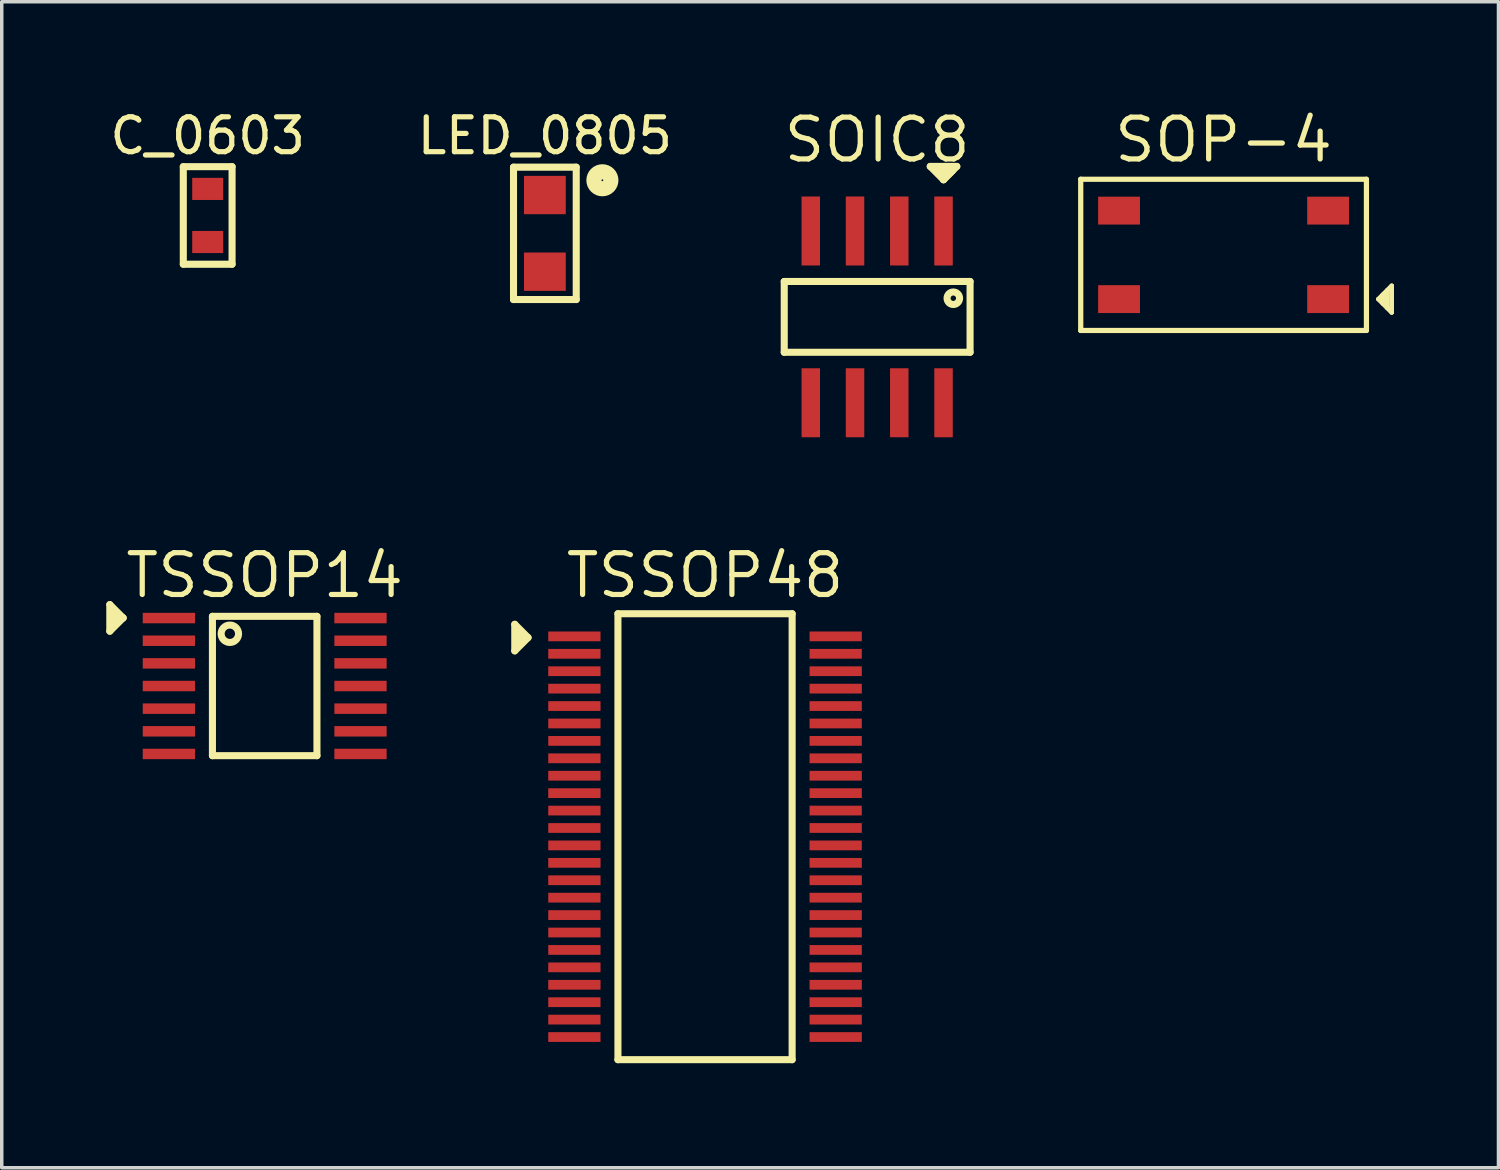
<source format=kicad_pcb>
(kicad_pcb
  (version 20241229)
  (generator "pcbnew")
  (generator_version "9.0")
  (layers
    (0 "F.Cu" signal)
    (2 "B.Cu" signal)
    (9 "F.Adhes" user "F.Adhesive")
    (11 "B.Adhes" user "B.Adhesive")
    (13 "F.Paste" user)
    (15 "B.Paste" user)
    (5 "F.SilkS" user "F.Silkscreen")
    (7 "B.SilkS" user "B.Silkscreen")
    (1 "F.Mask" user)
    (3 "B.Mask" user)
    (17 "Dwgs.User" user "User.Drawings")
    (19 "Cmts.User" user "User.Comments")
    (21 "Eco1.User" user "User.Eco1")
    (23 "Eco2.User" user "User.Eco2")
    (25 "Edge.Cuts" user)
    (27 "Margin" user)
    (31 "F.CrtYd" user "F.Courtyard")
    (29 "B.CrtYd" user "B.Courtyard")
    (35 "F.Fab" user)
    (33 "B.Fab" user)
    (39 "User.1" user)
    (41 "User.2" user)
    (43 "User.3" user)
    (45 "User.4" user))
  (footprint "SOP-4"
    (layer "F.Cu")
    (at 32.069 4.265)
    (property "Reference" "SOP-4" (at 0 -3.3 180) (layer "F.SilkS") (effects (font (size 1.2 1.2) (thickness 0.15))))
    (attr through_hole)
    (fp_line (start -4.1 -2.17) (end 4.1 -2.17) (stroke (width 0.15) (type solid)) (layer "F.SilkS"))
    (fp_line (start -4.1 2.17) (end -4.1 -2.17) (stroke (width 0.15) (type solid)) (layer "F.SilkS"))
    (fp_line (start 4.1 -2.17) (end 4.1 2.17) (stroke (width 0.15) (type solid)) (layer "F.SilkS"))
    (fp_line (start 4.1 2.17) (end -4.1 2.17) (stroke (width 0.15) (type solid)) (layer "F.SilkS"))
    (fp_line (start 4.445 1.27) (end 4.826 0.889) (stroke (width 0.127) (type solid)) (layer "F.SilkS"))
    (fp_line (start 4.445 1.27) (end 4.826 0.889) (stroke (width 0.127) (type solid)) (layer "F.SilkS"))
    (fp_line (start 4.572 1.143) (end 4.572 1.397) (stroke (width 0.127) (type solid)) (layer "F.SilkS"))
    (fp_line (start 4.572 1.143) (end 4.572 1.397) (stroke (width 0.127) (type solid)) (layer "F.SilkS"))
    (fp_line (start 4.699 1.016) (end 4.699 1.524) (stroke (width 0.127) (type solid)) (layer "F.SilkS"))
    (fp_line (start 4.699 1.016) (end 4.699 1.524) (stroke (width 0.127) (type solid)) (layer "F.SilkS"))
    (fp_line (start 4.826 0.889) (end 4.826 1.651) (stroke (width 0.127) (type solid)) (layer "F.SilkS"))
    (fp_line (start 4.826 0.889) (end 4.826 1.651) (stroke (width 0.127) (type solid)) (layer "F.SilkS"))
    (fp_line (start 4.826 1.651) (end 4.445 1.27) (stroke (width 0.127) (type solid)) (layer "F.SilkS"))
    (fp_line (start 4.826 1.651) (end 4.445 1.27) (stroke (width 0.127) (type solid)) (layer "F.SilkS"))
    (pad "1" smd rect (at 3 1.27 90) (size 0.8 1.2) (layers "F.Cu" "F.Mask" "F.Paste"))
    (pad "2" smd rect (at 3 -1.27 90) (size 0.8 1.2) (layers "F.Cu" "F.Mask" "F.Paste"))
    (pad "3" smd rect (at -3 -1.27 90) (size 0.8 1.2) (layers "F.Cu" "F.Mask" "F.Paste"))
    (pad "4" smd rect (at -3 1.27 90) (size 0.8 1.2) (layers "F.Cu" "F.Mask" "F.Paste")))
  (footprint "SOIC8"
    (layer "F.Cu")
    (at 22.126 6.045)
    (property "Reference" "SOIC8" (at 0 -5.08 0) (layer "F.SilkS") (effects (font (size 1.2 1.2) (thickness 0.15))))
    (attr through_hole)
    (fp_line (start -2.667 -1.016) (end -2.667 1.016) (stroke (width 0.203) (type solid)) (layer "F.SilkS"))
    (fp_line (start -2.667 1.016) (end 2.667 1.016) (stroke (width 0.203) (type solid)) (layer "F.SilkS"))
    (fp_line (start 1.524 -4.318) (end 1.905 -3.937) (stroke (width 0.203) (type solid)) (layer "F.SilkS"))
    (fp_line (start 1.905 -3.937) (end 2.032 -4.191) (stroke (width 0.203) (type solid)) (layer "F.SilkS"))
    (fp_line (start 1.905 -3.937) (end 2.159 -4.191) (stroke (width 0.203) (type solid)) (layer "F.SilkS"))
    (fp_line (start 1.905 -3.937) (end 2.286 -4.318) (stroke (width 0.203) (type solid)) (layer "F.SilkS"))
    (fp_line (start 2.032 -4.191) (end 1.778 -4.191) (stroke (width 0.203) (type solid)) (layer "F.SilkS"))
    (fp_line (start 2.286 -4.318) (end 1.524 -4.318) (stroke (width 0.203) (type solid)) (layer "F.SilkS"))
    (fp_line (start 2.667 -1.016) (end -2.667 -1.016) (stroke (width 0.203) (type solid)) (layer "F.SilkS"))
    (fp_line (start 2.667 1.016) (end 2.667 -1.016) (stroke (width 0.203) (type solid)) (layer "F.SilkS"))
    (fp_circle (center 2.186 -0.535) (end 2.059 -0.408) (stroke (width 0.203) (type solid)) (fill no) (layer "F.SilkS"))
    (pad "1" smd rect (at 1.905 -2.465 180) (size 0.53 1.98) (layers "F.Cu" "F.Mask" "F.Paste"))
    (pad "2" smd rect (at 0.635 -2.465 180) (size 0.53 1.98) (layers "F.Cu" "F.Mask" "F.Paste"))
    (pad "3" smd rect (at -0.635 -2.465 180) (size 0.53 1.98) (layers "F.Cu" "F.Mask" "F.Paste"))
    (pad "4" smd rect (at -1.905 -2.465 180) (size 0.53 1.98) (layers "F.Cu" "F.Mask" "F.Paste"))
    (pad "5" smd rect (at -1.905 2.465 180) (size 0.53 1.98) (layers "F.Cu" "F.Mask" "F.Paste"))
    (pad "6" smd rect (at -0.635 2.465 180) (size 0.53 1.98) (layers "F.Cu" "F.Mask" "F.Paste"))
    (pad "7" smd rect (at 0.635 2.465 180) (size 0.53 1.98) (layers "F.Cu" "F.Mask" "F.Paste"))
    (pad "8" smd rect (at 1.905 2.465 180) (size 0.53 1.98) (layers "F.Cu" "F.Mask" "F.Paste")))
  (footprint "LED_0805"
    (layer "F.Cu")
    (at 12.589 3.648)
    (property "Reference" "LED_0805" (at 0 -2.8 0) (layer "F.SilkS") (effects (font (size 1 1) (thickness 0.15))))
    (attr smd)
    (fp_line (start -0.9 -1.9) (end 0.9 -1.9) (stroke (width 0.203) (type solid)) (layer "F.SilkS"))
    (fp_line (start -0.9 1.9) (end -0.9 -1.9) (stroke (width 0.203) (type solid)) (layer "F.SilkS"))
    (fp_line (start 0.9 -1.9) (end 0.9 1.9) (stroke (width 0.203) (type solid)) (layer "F.SilkS"))
    (fp_line (start 0.9 1.9) (end -0.9 1.9) (stroke (width 0.203) (type solid)) (layer "F.SilkS"))
    (fp_circle (center 1.651 -1.524) (end 1.778 -1.524) (stroke (width 0.203) (type solid)) (fill no) (layer "F.SilkS"))
    (fp_circle (center 1.651 -1.524) (end 1.905 -1.778) (stroke (width 0.203) (type solid)) (fill no) (layer "F.SilkS"))
    (fp_circle (center 1.651 -1.524) (end 1.905 -1.651) (stroke (width 0.203) (type solid)) (fill no) (layer "F.SilkS"))
    (pad "1" smd rect (at 0 -1.1 270) (size 1.1 1.2) (layers "F.Cu" "F.Mask" "F.Paste"))
    (pad "2" smd rect (at 0 1.1 270) (size 1.1 1.2) (layers "F.Cu" "F.Mask" "F.Paste")))
  (footprint "TSSOP48"
    (layer "F.Cu")
    (at 17.186 20.965)
    (property "Reference" "TSSOP48" (at 0 -7.5 180) (layer "F.SilkS") (effects (font (size 1.2 1.2) (thickness 0.15))))
    (attr through_hole)
    (fp_line (start -5.461 -6.096) (end -5.461 -5.334) (stroke (width 0.203) (type solid)) (layer "F.SilkS"))
    (fp_line (start -5.461 -5.334) (end -5.08 -5.715) (stroke (width 0.203) (type solid)) (layer "F.SilkS"))
    (fp_line (start -5.334 -5.842) (end -5.334 -5.588) (stroke (width 0.203) (type solid)) (layer "F.SilkS"))
    (fp_line (start -5.207 -5.715) (end -5.334 -5.842) (stroke (width 0.203) (type solid)) (layer "F.SilkS"))
    (fp_line (start -5.08 -5.715) (end -5.461 -6.096) (stroke (width 0.203) (type solid)) (layer "F.SilkS"))
    (fp_line (start -2.5 -6.4) (end -2.5 6.4) (stroke (width 0.203) (type solid)) (layer "F.SilkS"))
    (fp_line (start -2.5 -6.4) (end 2.5 -6.4) (stroke (width 0.203) (type solid)) (layer "F.SilkS"))
    (fp_line (start 2.5 6.4) (end -2.5 6.4) (stroke (width 0.203) (type solid)) (layer "F.SilkS"))
    (fp_line (start 2.5 6.4) (end 2.5 -6.4) (stroke (width 0.203) (type solid)) (layer "F.SilkS"))
    (pad "1" smd rect (at -3.75 -5.75 270) (size 0.28 1.5) (layers "F.Cu" "F.Mask" "F.Paste"))
    (pad "2" smd rect (at -3.75 -5.25 270) (size 0.28 1.5) (layers "F.Cu" "F.Mask" "F.Paste"))
    (pad "3" smd rect (at -3.75 -4.75 270) (size 0.28 1.5) (layers "F.Cu" "F.Mask" "F.Paste"))
    (pad "4" smd rect (at -3.75 -4.25 270) (size 0.28 1.5) (layers "F.Cu" "F.Mask" "F.Paste"))
    (pad "5" smd rect (at -3.75 -3.75 270) (size 0.28 1.5) (layers "F.Cu" "F.Mask" "F.Paste"))
    (pad "6" smd rect (at -3.75 -3.25 270) (size 0.28 1.5) (layers "F.Cu" "F.Mask" "F.Paste"))
    (pad "7" smd rect (at -3.75 -2.75 270) (size 0.28 1.5) (layers "F.Cu" "F.Mask" "F.Paste"))
    (pad "8" smd rect (at -3.75 -2.25 270) (size 0.28 1.5) (layers "F.Cu" "F.Mask" "F.Paste"))
    (pad "9" smd rect (at -3.75 -1.75 270) (size 0.28 1.5) (layers "F.Cu" "F.Mask" "F.Paste"))
    (pad "10" smd rect (at -3.75 -1.25 270) (size 0.28 1.5) (layers "F.Cu" "F.Mask" "F.Paste"))
    (pad "11" smd rect (at -3.75 -0.75 270) (size 0.28 1.5) (layers "F.Cu" "F.Mask" "F.Paste"))
    (pad "12" smd rect (at -3.75 -0.25 270) (size 0.28 1.5) (layers "F.Cu" "F.Mask" "F.Paste"))
    (pad "13" smd rect (at -3.75 0.25 270) (size 0.28 1.5) (layers "F.Cu" "F.Mask" "F.Paste"))
    (pad "14" smd rect (at -3.75 0.75 270) (size 0.28 1.5) (layers "F.Cu" "F.Mask" "F.Paste"))
    (pad "15" smd rect (at -3.75 1.25 270) (size 0.28 1.5) (layers "F.Cu" "F.Mask" "F.Paste"))
    (pad "16" smd rect (at -3.75 1.75 270) (size 0.28 1.5) (layers "F.Cu" "F.Mask" "F.Paste"))
    (pad "17" smd rect (at -3.75 2.25 270) (size 0.28 1.5) (layers "F.Cu" "F.Mask" "F.Paste"))
    (pad "18" smd rect (at -3.75 2.75 270) (size 0.28 1.5) (layers "F.Cu" "F.Mask" "F.Paste"))
    (pad "19" smd rect (at -3.75 3.25 270) (size 0.28 1.5) (layers "F.Cu" "F.Mask" "F.Paste"))
    (pad "20" smd rect (at -3.75 3.75 270) (size 0.28 1.5) (layers "F.Cu" "F.Mask" "F.Paste"))
    (pad "21" smd rect (at -3.75 4.25 270) (size 0.28 1.5) (layers "F.Cu" "F.Mask" "F.Paste"))
    (pad "22" smd rect (at -3.75 4.75 270) (size 0.28 1.5) (layers "F.Cu" "F.Mask" "F.Paste"))
    (pad "23" smd rect (at -3.75 5.25 270) (size 0.28 1.5) (layers "F.Cu" "F.Mask" "F.Paste"))
    (pad "24" smd rect (at -3.75 5.75 270) (size 0.28 1.5) (layers "F.Cu" "F.Mask" "F.Paste"))
    (pad "25" smd rect (at 3.75 5.75 270) (size 0.28 1.5) (layers "F.Cu" "F.Mask" "F.Paste"))
    (pad "26" smd rect (at 3.75 5.25 270) (size 0.28 1.5) (layers "F.Cu" "F.Mask" "F.Paste"))
    (pad "27" smd rect (at 3.75 4.75 270) (size 0.28 1.5) (layers "F.Cu" "F.Mask" "F.Paste"))
    (pad "28" smd rect (at 3.75 4.25 270) (size 0.28 1.5) (layers "F.Cu" "F.Mask" "F.Paste"))
    (pad "29" smd rect (at 3.75 3.75 270) (size 0.28 1.5) (layers "F.Cu" "F.Mask" "F.Paste"))
    (pad "30" smd rect (at 3.75 3.25 270) (size 0.28 1.5) (layers "F.Cu" "F.Mask" "F.Paste"))
    (pad "31" smd rect (at 3.75 2.75 270) (size 0.28 1.5) (layers "F.Cu" "F.Mask" "F.Paste"))
    (pad "32" smd rect (at 3.75 2.25 270) (size 0.28 1.5) (layers "F.Cu" "F.Mask" "F.Paste"))
    (pad "33" smd rect (at 3.75 1.75 270) (size 0.28 1.5) (layers "F.Cu" "F.Mask" "F.Paste"))
    (pad "34" smd rect (at 3.75 1.25 270) (size 0.28 1.5) (layers "F.Cu" "F.Mask" "F.Paste"))
    (pad "35" smd rect (at 3.75 0.75 270) (size 0.28 1.5) (layers "F.Cu" "F.Mask" "F.Paste"))
    (pad "36" smd rect (at 3.75 0.25 270) (size 0.28 1.5) (layers "F.Cu" "F.Mask" "F.Paste"))
    (pad "37" smd rect (at 3.75 -0.25 270) (size 0.28 1.5) (layers "F.Cu" "F.Mask" "F.Paste"))
    (pad "38" smd rect (at 3.75 -0.75 270) (size 0.28 1.5) (layers "F.Cu" "F.Mask" "F.Paste"))
    (pad "39" smd rect (at 3.75 -1.25 270) (size 0.28 1.5) (layers "F.Cu" "F.Mask" "F.Paste"))
    (pad "40" smd rect (at 3.75 -1.75 270) (size 0.28 1.5) (layers "F.Cu" "F.Mask" "F.Paste"))
    (pad "41" smd rect (at 3.75 -2.25 270) (size 0.28 1.5) (layers "F.Cu" "F.Mask" "F.Paste"))
    (pad "42" smd rect (at 3.75 -2.75 270) (size 0.28 1.5) (layers "F.Cu" "F.Mask" "F.Paste"))
    (pad "43" smd rect (at 3.75 -3.25 270) (size 0.28 1.5) (layers "F.Cu" "F.Mask" "F.Paste"))
    (pad "44" smd rect (at 3.75 -3.75 270) (size 0.28 1.5) (layers "F.Cu" "F.Mask" "F.Paste"))
    (pad "45" smd rect (at 3.75 -4.25 270) (size 0.28 1.5) (layers "F.Cu" "F.Mask" "F.Paste"))
    (pad "46" smd rect (at 3.75 -4.75 270) (size 0.28 1.5) (layers "F.Cu" "F.Mask" "F.Paste"))
    (pad "47" smd rect (at 3.75 -5.25 270) (size 0.28 1.5) (layers "F.Cu" "F.Mask" "F.Paste"))
    (pad "48" smd rect (at 3.75 -5.75 270) (size 0.28 1.5) (layers "F.Cu" "F.Mask" "F.Paste")))
  (footprint "TSSOP14"
    (layer "F.Cu")
    (at 4.547 16.64)
    (property "Reference" "TSSOP14" (at 0 -3.175 180) (layer "F.SilkS") (effects (font (size 1.2 1.2) (thickness 0.15))))
    (attr through_hole)
    (fp_line (start -4.445 -2.336) (end -4.445 -1.574) (stroke (width 0.203) (type solid)) (layer "F.SilkS"))
    (fp_line (start -4.445 -1.574) (end -4.064 -1.955) (stroke (width 0.203) (type solid)) (layer "F.SilkS"))
    (fp_line (start -4.318 -2.082) (end -4.318 -1.828) (stroke (width 0.203) (type solid)) (layer "F.SilkS"))
    (fp_line (start -4.064 -1.955) (end -4.445 -2.336) (stroke (width 0.203) (type solid)) (layer "F.SilkS"))
    (fp_line (start -4.064 -1.955) (end -4.318 -2.082) (stroke (width 0.203) (type solid)) (layer "F.SilkS"))
    (fp_line (start -1.5 -2) (end 1.5 -2) (stroke (width 0.203) (type solid)) (layer "F.SilkS"))
    (fp_line (start -1.5 2) (end -1.5 -2) (stroke (width 0.203) (type solid)) (layer "F.SilkS"))
    (fp_line (start 1.5 -2) (end 1.5 2) (stroke (width 0.203) (type solid)) (layer "F.SilkS"))
    (fp_line (start 1.5 2) (end -1.5 2) (stroke (width 0.203) (type solid)) (layer "F.SilkS"))
    (fp_circle (center -1 -1.5) (end -0.75 -1.5) (stroke (width 0.203) (type solid)) (fill no) (layer "F.SilkS"))
    (pad "1" smd rect (at -2.75 -1.95 270) (size 0.3 1.5) (layers "F.Cu" "F.Mask" "F.Paste"))
    (pad "2" smd rect (at -2.75 -1.3 270) (size 0.3 1.5) (layers "F.Cu" "F.Mask" "F.Paste"))
    (pad "3" smd rect (at -2.75 -0.65 270) (size 0.3 1.5) (layers "F.Cu" "F.Mask" "F.Paste"))
    (pad "4" smd rect (at -2.75 0 270) (size 0.3 1.5) (layers "F.Cu" "F.Mask" "F.Paste"))
    (pad "5" smd rect (at -2.75 0.65 270) (size 0.3 1.5) (layers "F.Cu" "F.Mask" "F.Paste"))
    (pad "6" smd rect (at -2.75 1.3 270) (size 0.3 1.5) (layers "F.Cu" "F.Mask" "F.Paste"))
    (pad "7" smd rect (at -2.75 1.95 270) (size 0.3 1.5) (layers "F.Cu" "F.Mask" "F.Paste"))
    (pad "8" smd rect (at 2.75 1.95 270) (size 0.3 1.5) (layers "F.Cu" "F.Mask" "F.Paste"))
    (pad "9" smd rect (at 2.75 1.3 270) (size 0.3 1.5) (layers "F.Cu" "F.Mask" "F.Paste"))
    (pad "10" smd rect (at 2.75 0.65 270) (size 0.3 1.5) (layers "F.Cu" "F.Mask" "F.Paste"))
    (pad "11" smd rect (at 2.75 0 270) (size 0.3 1.5) (layers "F.Cu" "F.Mask" "F.Paste"))
    (pad "12" smd rect (at 2.75 -0.65 270) (size 0.3 1.5) (layers "F.Cu" "F.Mask" "F.Paste"))
    (pad "13" smd rect (at 2.75 -1.3 270) (size 0.3 1.5) (layers "F.Cu" "F.Mask" "F.Paste"))
    (pad "14" smd rect (at 2.75 -1.95 270) (size 0.3 1.5) (layers "F.Cu" "F.Mask" "F.Paste")))
  (footprint "C_0603"
    (layer "F.Cu")
    (at 2.911 3.134)
    (property "Reference" "C_0603" (at 0 -2.286 0) (layer "F.SilkS") (effects (font (size 1 1) (thickness 0.15))))
    (attr smd)
    (fp_line (start -0.7 -1.4) (end 0.7 -1.4) (stroke (width 0.203) (type solid)) (layer "F.SilkS"))
    (fp_line (start -0.7 1.4) (end -0.7 -1.4) (stroke (width 0.203) (type solid)) (layer "F.SilkS"))
    (fp_line (start 0.7 -1.4) (end 0.7 1.4) (stroke (width 0.203) (type solid)) (layer "F.SilkS"))
    (fp_line (start 0.7 1.4) (end -0.7 1.4) (stroke (width 0.203) (type solid)) (layer "F.SilkS"))
    (pad "1" smd rect (at 0 -0.762 270) (size 0.635 0.889) (layers "F.Cu" "F.Mask" "F.Paste"))
    (pad "2" smd rect (at 0 0.762 270) (size 0.635 0.889) (layers "F.Cu" "F.Mask" "F.Paste")))
  (gr_rect
    (start -3 -3)
    (end 39.959 30.467)
    (stroke (width 0.1) (type default))
    (fill no)
    (layer "Edge.Cuts")))
</source>
